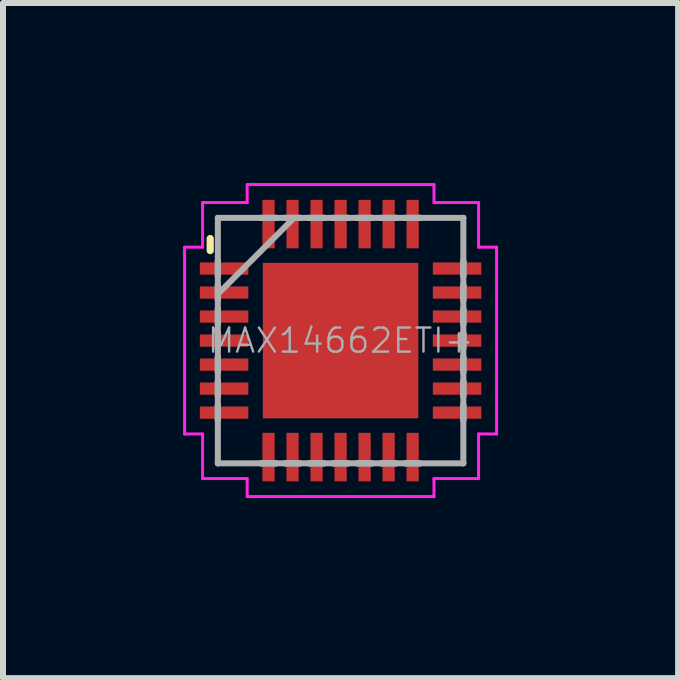
<source format=kicad_pcb>
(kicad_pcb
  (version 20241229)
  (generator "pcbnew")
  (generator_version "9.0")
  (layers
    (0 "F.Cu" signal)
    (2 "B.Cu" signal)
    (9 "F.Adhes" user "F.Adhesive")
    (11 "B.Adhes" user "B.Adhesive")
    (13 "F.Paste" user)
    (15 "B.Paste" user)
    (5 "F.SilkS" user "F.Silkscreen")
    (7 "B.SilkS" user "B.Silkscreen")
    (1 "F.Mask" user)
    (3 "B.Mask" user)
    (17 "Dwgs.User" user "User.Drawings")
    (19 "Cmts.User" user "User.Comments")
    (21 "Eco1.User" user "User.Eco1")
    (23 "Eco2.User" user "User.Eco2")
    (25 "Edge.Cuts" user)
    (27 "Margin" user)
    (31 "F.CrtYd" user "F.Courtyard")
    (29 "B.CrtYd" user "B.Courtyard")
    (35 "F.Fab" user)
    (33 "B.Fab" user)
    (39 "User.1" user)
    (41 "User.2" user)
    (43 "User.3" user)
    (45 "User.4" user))
  (footprint "MAX14662ETI+"
    (layer "F.Cu")
    (at 2.624 2.624)
    (property "Reference" "MAX14662ETI+" (at 0 0 0) (layer "F.Fab") (effects (font (size 0.4 0.4) (thickness 0.04))))
    (attr through_hole)
    (fp_line (start -2.172 -1.7) (end -2.172 -1.5) (stroke (width 0.12) (type solid)) (layer "F.SilkS"))
    (fp_poly (pts (xy -1.195 -1.195) (xy -1.195 -0.1) (xy -0.1 -0.1) (xy -0.1 -1.195)) (stroke (width 0.1) (type solid)) (fill yes) (layer "F.Paste"))
    (fp_poly (pts (xy -1.195 0.1) (xy -1.195 1.195) (xy -0.1 1.195) (xy -0.1 0.1)) (stroke (width 0.1) (type solid)) (fill yes) (layer "F.Paste"))
    (fp_poly (pts (xy 0.1 -1.195) (xy 0.1 -0.1) (xy 1.195 -0.1) (xy 1.195 -1.195)) (stroke (width 0.1) (type solid)) (fill yes) (layer "F.Paste"))
    (fp_poly (pts (xy 0.1 0.1) (xy 0.1 1.195) (xy 1.195 1.195) (xy 1.195 0.1)) (stroke (width 0.1) (type solid)) (fill yes) (layer "F.Paste"))
    (fp_line (start -2.599 -1.556) (end -2.299 -1.556) (stroke (width 0.05) (type solid)) (layer "F.CrtYd"))
    (fp_line (start -2.599 1.556) (end -2.599 -1.556) (stroke (width 0.05) (type solid)) (layer "F.CrtYd"))
    (fp_line (start -2.299 -2.299) (end -1.556 -2.299) (stroke (width 0.05) (type solid)) (layer "F.CrtYd"))
    (fp_line (start -2.299 -1.556) (end -2.299 -2.299) (stroke (width 0.05) (type solid)) (layer "F.CrtYd"))
    (fp_line (start -2.299 1.556) (end -2.599 1.556) (stroke (width 0.05) (type solid)) (layer "F.CrtYd"))
    (fp_line (start -2.299 2.299) (end -2.299 1.556) (stroke (width 0.05) (type solid)) (layer "F.CrtYd"))
    (fp_line (start -1.556 -2.599) (end 1.556 -2.599) (stroke (width 0.05) (type solid)) (layer "F.CrtYd"))
    (fp_line (start -1.556 -2.299) (end -1.556 -2.599) (stroke (width 0.05) (type solid)) (layer "F.CrtYd"))
    (fp_line (start -1.556 2.299) (end -2.299 2.299) (stroke (width 0.05) (type solid)) (layer "F.CrtYd"))
    (fp_line (start -1.556 2.599) (end -1.556 2.299) (stroke (width 0.05) (type solid)) (layer "F.CrtYd"))
    (fp_line (start 1.556 -2.599) (end 1.556 -2.299) (stroke (width 0.05) (type solid)) (layer "F.CrtYd"))
    (fp_line (start 1.556 -2.299) (end 2.299 -2.299) (stroke (width 0.05) (type solid)) (layer "F.CrtYd"))
    (fp_line (start 1.556 2.299) (end 1.556 2.599) (stroke (width 0.05) (type solid)) (layer "F.CrtYd"))
    (fp_line (start 1.556 2.599) (end -1.556 2.599) (stroke (width 0.05) (type solid)) (layer "F.CrtYd"))
    (fp_line (start 2.299 -2.299) (end 2.299 -1.556) (stroke (width 0.05) (type solid)) (layer "F.CrtYd"))
    (fp_line (start 2.299 -1.556) (end 2.599 -1.556) (stroke (width 0.05) (type solid)) (layer "F.CrtYd"))
    (fp_line (start 2.299 1.556) (end 2.299 2.299) (stroke (width 0.05) (type solid)) (layer "F.CrtYd"))
    (fp_line (start 2.299 2.299) (end 1.556 2.299) (stroke (width 0.05) (type solid)) (layer "F.CrtYd"))
    (fp_line (start 2.599 -1.556) (end 2.599 1.556) (stroke (width 0.05) (type solid)) (layer "F.CrtYd"))
    (fp_line (start 2.599 1.556) (end 2.299 1.556) (stroke (width 0.05) (type solid)) (layer "F.CrtYd"))
    (fp_line (start -2.045 -2.045) (end -2.045 -2.045) (stroke (width 0.1) (type solid)) (layer "F.Fab"))
    (fp_line (start -2.045 -2.045) (end -2.045 2.045) (stroke (width 0.1) (type solid)) (layer "F.Fab"))
    (fp_line (start -2.045 -1.327) (end -2.045 -1.327) (stroke (width 0.1) (type solid)) (layer "F.Fab"))
    (fp_line (start -2.045 -1.327) (end -2.045 -1.073) (stroke (width 0.1) (type solid)) (layer "F.Fab"))
    (fp_line (start -2.045 -1.073) (end -2.045 -1.327) (stroke (width 0.1) (type solid)) (layer "F.Fab"))
    (fp_line (start -2.045 -1.073) (end -2.045 -1.073) (stroke (width 0.1) (type solid)) (layer "F.Fab"))
    (fp_line (start -2.045 -0.927) (end -2.045 -0.927) (stroke (width 0.1) (type solid)) (layer "F.Fab"))
    (fp_line (start -2.045 -0.927) (end -2.045 -0.673) (stroke (width 0.1) (type solid)) (layer "F.Fab"))
    (fp_line (start -2.045 -0.775) (end -0.775 -2.045) (stroke (width 0.1) (type solid)) (layer "F.Fab"))
    (fp_line (start -2.045 -0.673) (end -2.045 -0.927) (stroke (width 0.1) (type solid)) (layer "F.Fab"))
    (fp_line (start -2.045 -0.673) (end -2.045 -0.673) (stroke (width 0.1) (type solid)) (layer "F.Fab"))
    (fp_line (start -2.045 -0.527) (end -2.045 -0.527) (stroke (width 0.1) (type solid)) (layer "F.Fab"))
    (fp_line (start -2.045 -0.527) (end -2.045 -0.273) (stroke (width 0.1) (type solid)) (layer "F.Fab"))
    (fp_line (start -2.045 -0.273) (end -2.045 -0.527) (stroke (width 0.1) (type solid)) (layer "F.Fab"))
    (fp_line (start -2.045 -0.273) (end -2.045 -0.273) (stroke (width 0.1) (type solid)) (layer "F.Fab"))
    (fp_line (start -2.045 -0.127) (end -2.045 -0.127) (stroke (width 0.1) (type solid)) (layer "F.Fab"))
    (fp_line (start -2.045 -0.127) (end -2.045 0.127) (stroke (width 0.1) (type solid)) (layer "F.Fab"))
    (fp_line (start -2.045 0.127) (end -2.045 -0.127) (stroke (width 0.1) (type solid)) (layer "F.Fab"))
    (fp_line (start -2.045 0.127) (end -2.045 0.127) (stroke (width 0.1) (type solid)) (layer "F.Fab"))
    (fp_line (start -2.045 0.273) (end -2.045 0.273) (stroke (width 0.1) (type solid)) (layer "F.Fab"))
    (fp_line (start -2.045 0.273) (end -2.045 0.527) (stroke (width 0.1) (type solid)) (layer "F.Fab"))
    (fp_line (start -2.045 0.527) (end -2.045 0.273) (stroke (width 0.1) (type solid)) (layer "F.Fab"))
    (fp_line (start -2.045 0.527) (end -2.045 0.527) (stroke (width 0.1) (type solid)) (layer "F.Fab"))
    (fp_line (start -2.045 0.673) (end -2.045 0.673) (stroke (width 0.1) (type solid)) (layer "F.Fab"))
    (fp_line (start -2.045 0.673) (end -2.045 0.927) (stroke (width 0.1) (type solid)) (layer "F.Fab"))
    (fp_line (start -2.045 0.927) (end -2.045 0.673) (stroke (width 0.1) (type solid)) (layer "F.Fab"))
    (fp_line (start -2.045 0.927) (end -2.045 0.927) (stroke (width 0.1) (type solid)) (layer "F.Fab"))
    (fp_line (start -2.045 1.073) (end -2.045 1.073) (stroke (width 0.1) (type solid)) (layer "F.Fab"))
    (fp_line (start -2.045 1.073) (end -2.045 1.327) (stroke (width 0.1) (type solid)) (layer "F.Fab"))
    (fp_line (start -2.045 1.327) (end -2.045 1.073) (stroke (width 0.1) (type solid)) (layer "F.Fab"))
    (fp_line (start -2.045 1.327) (end -2.045 1.327) (stroke (width 0.1) (type solid)) (layer "F.Fab"))
    (fp_line (start -2.045 2.045) (end -2.045 2.045) (stroke (width 0.1) (type solid)) (layer "F.Fab"))
    (fp_line (start -2.045 2.045) (end 2.045 2.045) (stroke (width 0.1) (type solid)) (layer "F.Fab"))
    (fp_line (start -1.327 -2.045) (end -1.327 -2.045) (stroke (width 0.1) (type solid)) (layer "F.Fab"))
    (fp_line (start -1.327 -2.045) (end -1.073 -2.045) (stroke (width 0.1) (type solid)) (layer "F.Fab"))
    (fp_line (start -1.327 2.045) (end -1.327 2.045) (stroke (width 0.1) (type solid)) (layer "F.Fab"))
    (fp_line (start -1.327 2.045) (end -1.073 2.045) (stroke (width 0.1) (type solid)) (layer "F.Fab"))
    (fp_line (start -1.073 -2.045) (end -1.327 -2.045) (stroke (width 0.1) (type solid)) (layer "F.Fab"))
    (fp_line (start -1.073 -2.045) (end -1.073 -2.045) (stroke (width 0.1) (type solid)) (layer "F.Fab"))
    (fp_line (start -1.073 2.045) (end -1.327 2.045) (stroke (width 0.1) (type solid)) (layer "F.Fab"))
    (fp_line (start -1.073 2.045) (end -1.073 2.045) (stroke (width 0.1) (type solid)) (layer "F.Fab"))
    (fp_line (start -0.927 -2.045) (end -0.927 -2.045) (stroke (width 0.1) (type solid)) (layer "F.Fab"))
    (fp_line (start -0.927 -2.045) (end -0.673 -2.045) (stroke (width 0.1) (type solid)) (layer "F.Fab"))
    (fp_line (start -0.927 2.045) (end -0.927 2.045) (stroke (width 0.1) (type solid)) (layer "F.Fab"))
    (fp_line (start -0.927 2.045) (end -0.673 2.045) (stroke (width 0.1) (type solid)) (layer "F.Fab"))
    (fp_line (start -0.673 -2.045) (end -0.927 -2.045) (stroke (width 0.1) (type solid)) (layer "F.Fab"))
    (fp_line (start -0.673 -2.045) (end -0.673 -2.045) (stroke (width 0.1) (type solid)) (layer "F.Fab"))
    (fp_line (start -0.673 2.045) (end -0.927 2.045) (stroke (width 0.1) (type solid)) (layer "F.Fab"))
    (fp_line (start -0.673 2.045) (end -0.673 2.045) (stroke (width 0.1) (type solid)) (layer "F.Fab"))
    (fp_line (start -0.527 -2.045) (end -0.527 -2.045) (stroke (width 0.1) (type solid)) (layer "F.Fab"))
    (fp_line (start -0.527 -2.045) (end -0.273 -2.045) (stroke (width 0.1) (type solid)) (layer "F.Fab"))
    (fp_line (start -0.527 2.045) (end -0.527 2.045) (stroke (width 0.1) (type solid)) (layer "F.Fab"))
    (fp_line (start -0.527 2.045) (end -0.273 2.045) (stroke (width 0.1) (type solid)) (layer "F.Fab"))
    (fp_line (start -0.273 -2.045) (end -0.527 -2.045) (stroke (width 0.1) (type solid)) (layer "F.Fab"))
    (fp_line (start -0.273 -2.045) (end -0.273 -2.045) (stroke (width 0.1) (type solid)) (layer "F.Fab"))
    (fp_line (start -0.273 2.045) (end -0.527 2.045) (stroke (width 0.1) (type solid)) (layer "F.Fab"))
    (fp_line (start -0.273 2.045) (end -0.273 2.045) (stroke (width 0.1) (type solid)) (layer "F.Fab"))
    (fp_line (start -0.127 -2.045) (end -0.127 -2.045) (stroke (width 0.1) (type solid)) (layer "F.Fab"))
    (fp_line (start -0.127 -2.045) (end 0.127 -2.045) (stroke (width 0.1) (type solid)) (layer "F.Fab"))
    (fp_line (start -0.127 2.045) (end -0.127 2.045) (stroke (width 0.1) (type solid)) (layer "F.Fab"))
    (fp_line (start -0.127 2.045) (end 0.127 2.045) (stroke (width 0.1) (type solid)) (layer "F.Fab"))
    (fp_line (start 0.127 -2.045) (end -0.127 -2.045) (stroke (width 0.1) (type solid)) (layer "F.Fab"))
    (fp_line (start 0.127 -2.045) (end 0.127 -2.045) (stroke (width 0.1) (type solid)) (layer "F.Fab"))
    (fp_line (start 0.127 2.045) (end -0.127 2.045) (stroke (width 0.1) (type solid)) (layer "F.Fab"))
    (fp_line (start 0.127 2.045) (end 0.127 2.045) (stroke (width 0.1) (type solid)) (layer "F.Fab"))
    (fp_line (start 0.273 -2.045) (end 0.273 -2.045) (stroke (width 0.1) (type solid)) (layer "F.Fab"))
    (fp_line (start 0.273 -2.045) (end 0.527 -2.045) (stroke (width 0.1) (type solid)) (layer "F.Fab"))
    (fp_line (start 0.273 2.045) (end 0.273 2.045) (stroke (width 0.1) (type solid)) (layer "F.Fab"))
    (fp_line (start 0.273 2.045) (end 0.527 2.045) (stroke (width 0.1) (type solid)) (layer "F.Fab"))
    (fp_line (start 0.527 -2.045) (end 0.273 -2.045) (stroke (width 0.1) (type solid)) (layer "F.Fab"))
    (fp_line (start 0.527 -2.045) (end 0.527 -2.045) (stroke (width 0.1) (type solid)) (layer "F.Fab"))
    (fp_line (start 0.527 2.045) (end 0.273 2.045) (stroke (width 0.1) (type solid)) (layer "F.Fab"))
    (fp_line (start 0.527 2.045) (end 0.527 2.045) (stroke (width 0.1) (type solid)) (layer "F.Fab"))
    (fp_line (start 0.673 -2.045) (end 0.673 -2.045) (stroke (width 0.1) (type solid)) (layer "F.Fab"))
    (fp_line (start 0.673 -2.045) (end 0.927 -2.045) (stroke (width 0.1) (type solid)) (layer "F.Fab"))
    (fp_line (start 0.673 2.045) (end 0.673 2.045) (stroke (width 0.1) (type solid)) (layer "F.Fab"))
    (fp_line (start 0.673 2.045) (end 0.927 2.045) (stroke (width 0.1) (type solid)) (layer "F.Fab"))
    (fp_line (start 0.927 -2.045) (end 0.673 -2.045) (stroke (width 0.1) (type solid)) (layer "F.Fab"))
    (fp_line (start 0.927 -2.045) (end 0.927 -2.045) (stroke (width 0.1) (type solid)) (layer "F.Fab"))
    (fp_line (start 0.927 2.045) (end 0.673 2.045) (stroke (width 0.1) (type solid)) (layer "F.Fab"))
    (fp_line (start 0.927 2.045) (end 0.927 2.045) (stroke (width 0.1) (type solid)) (layer "F.Fab"))
    (fp_line (start 1.073 -2.045) (end 1.073 -2.045) (stroke (width 0.1) (type solid)) (layer "F.Fab"))
    (fp_line (start 1.073 -2.045) (end 1.327 -2.045) (stroke (width 0.1) (type solid)) (layer "F.Fab"))
    (fp_line (start 1.073 2.045) (end 1.073 2.045) (stroke (width 0.1) (type solid)) (layer "F.Fab"))
    (fp_line (start 1.073 2.045) (end 1.327 2.045) (stroke (width 0.1) (type solid)) (layer "F.Fab"))
    (fp_line (start 1.327 -2.045) (end 1.073 -2.045) (stroke (width 0.1) (type solid)) (layer "F.Fab"))
    (fp_line (start 1.327 -2.045) (end 1.327 -2.045) (stroke (width 0.1) (type solid)) (layer "F.Fab"))
    (fp_line (start 1.327 2.045) (end 1.073 2.045) (stroke (width 0.1) (type solid)) (layer "F.Fab"))
    (fp_line (start 1.327 2.045) (end 1.327 2.045) (stroke (width 0.1) (type solid)) (layer "F.Fab"))
    (fp_line (start 2.045 -2.045) (end -2.045 -2.045) (stroke (width 0.1) (type solid)) (layer "F.Fab"))
    (fp_line (start 2.045 -2.045) (end 2.045 -2.045) (stroke (width 0.1) (type solid)) (layer "F.Fab"))
    (fp_line (start 2.045 -1.327) (end 2.045 -1.327) (stroke (width 0.1) (type solid)) (layer "F.Fab"))
    (fp_line (start 2.045 -1.327) (end 2.045 -1.073) (stroke (width 0.1) (type solid)) (layer "F.Fab"))
    (fp_line (start 2.045 -1.073) (end 2.045 -1.327) (stroke (width 0.1) (type solid)) (layer "F.Fab"))
    (fp_line (start 2.045 -1.073) (end 2.045 -1.073) (stroke (width 0.1) (type solid)) (layer "F.Fab"))
    (fp_line (start 2.045 -0.927) (end 2.045 -0.927) (stroke (width 0.1) (type solid)) (layer "F.Fab"))
    (fp_line (start 2.045 -0.927) (end 2.045 -0.673) (stroke (width 0.1) (type solid)) (layer "F.Fab"))
    (fp_line (start 2.045 -0.673) (end 2.045 -0.927) (stroke (width 0.1) (type solid)) (layer "F.Fab"))
    (fp_line (start 2.045 -0.673) (end 2.045 -0.673) (stroke (width 0.1) (type solid)) (layer "F.Fab"))
    (fp_line (start 2.045 -0.527) (end 2.045 -0.527) (stroke (width 0.1) (type solid)) (layer "F.Fab"))
    (fp_line (start 2.045 -0.527) (end 2.045 -0.273) (stroke (width 0.1) (type solid)) (layer "F.Fab"))
    (fp_line (start 2.045 -0.273) (end 2.045 -0.527) (stroke (width 0.1) (type solid)) (layer "F.Fab"))
    (fp_line (start 2.045 -0.273) (end 2.045 -0.273) (stroke (width 0.1) (type solid)) (layer "F.Fab"))
    (fp_line (start 2.045 -0.127) (end 2.045 -0.127) (stroke (width 0.1) (type solid)) (layer "F.Fab"))
    (fp_line (start 2.045 -0.127) (end 2.045 0.127) (stroke (width 0.1) (type solid)) (layer "F.Fab"))
    (fp_line (start 2.045 0.127) (end 2.045 -0.127) (stroke (width 0.1) (type solid)) (layer "F.Fab"))
    (fp_line (start 2.045 0.127) (end 2.045 0.127) (stroke (width 0.1) (type solid)) (layer "F.Fab"))
    (fp_line (start 2.045 0.273) (end 2.045 0.273) (stroke (width 0.1) (type solid)) (layer "F.Fab"))
    (fp_line (start 2.045 0.273) (end 2.045 0.527) (stroke (width 0.1) (type solid)) (layer "F.Fab"))
    (fp_line (start 2.045 0.527) (end 2.045 0.273) (stroke (width 0.1) (type solid)) (layer "F.Fab"))
    (fp_line (start 2.045 0.527) (end 2.045 0.527) (stroke (width 0.1) (type solid)) (layer "F.Fab"))
    (fp_line (start 2.045 0.673) (end 2.045 0.673) (stroke (width 0.1) (type solid)) (layer "F.Fab"))
    (fp_line (start 2.045 0.673) (end 2.045 0.927) (stroke (width 0.1) (type solid)) (layer "F.Fab"))
    (fp_line (start 2.045 0.927) (end 2.045 0.673) (stroke (width 0.1) (type solid)) (layer "F.Fab"))
    (fp_line (start 2.045 0.927) (end 2.045 0.927) (stroke (width 0.1) (type solid)) (layer "F.Fab"))
    (fp_line (start 2.045 1.073) (end 2.045 1.073) (stroke (width 0.1) (type solid)) (layer "F.Fab"))
    (fp_line (start 2.045 1.073) (end 2.045 1.327) (stroke (width 0.1) (type solid)) (layer "F.Fab"))
    (fp_line (start 2.045 1.327) (end 2.045 1.073) (stroke (width 0.1) (type solid)) (layer "F.Fab"))
    (fp_line (start 2.045 1.327) (end 2.045 1.327) (stroke (width 0.1) (type solid)) (layer "F.Fab"))
    (fp_line (start 2.045 2.045) (end 2.045 -2.045) (stroke (width 0.1) (type solid)) (layer "F.Fab"))
    (fp_line (start 2.045 2.045) (end 2.045 2.045) (stroke (width 0.1) (type solid)) (layer "F.Fab"))
    (pad "1" smd rect (at -1.941 -1.2 90) (size 0.204 0.808) (layers "F.Cu" "F.Mask" "F.Paste"))
    (pad "2" smd rect (at -1.941 -0.8 90) (size 0.204 0.808) (layers "F.Cu" "F.Mask" "F.Paste"))
    (pad "3" smd rect (at -1.941 -0.4 90) (size 0.204 0.808) (layers "F.Cu" "F.Mask" "F.Paste"))
    (pad "4" smd rect (at -1.941 0 90) (size 0.204 0.808) (layers "F.Cu" "F.Mask" "F.Paste"))
    (pad "5" smd rect (at -1.941 0.4 90) (size 0.204 0.808) (layers "F.Cu" "F.Mask" "F.Paste"))
    (pad "6" smd rect (at -1.941 0.8 90) (size 0.204 0.808) (layers "F.Cu" "F.Mask" "F.Paste"))
    (pad "7" smd rect (at -1.941 1.2 90) (size 0.204 0.808) (layers "F.Cu" "F.Mask" "F.Paste"))
    (pad "8" smd rect (at -1.2 1.941) (size 0.204 0.808) (layers "F.Cu" "F.Mask" "F.Paste"))
    (pad "9" smd rect (at -0.8 1.941) (size 0.204 0.808) (layers "F.Cu" "F.Mask" "F.Paste"))
    (pad "10" smd rect (at -0.4 1.941) (size 0.204 0.808) (layers "F.Cu" "F.Mask" "F.Paste"))
    (pad "11" smd rect (at 0 1.941) (size 0.204 0.808) (layers "F.Cu" "F.Mask" "F.Paste"))
    (pad "12" smd rect (at 0.4 1.941) (size 0.204 0.808) (layers "F.Cu" "F.Mask" "F.Paste"))
    (pad "13" smd rect (at 0.8 1.941) (size 0.204 0.808) (layers "F.Cu" "F.Mask" "F.Paste"))
    (pad "14" smd rect (at 1.2 1.941) (size 0.204 0.808) (layers "F.Cu" "F.Mask" "F.Paste"))
    (pad "15" smd rect (at 1.941 1.2 90) (size 0.204 0.808) (layers "F.Cu" "F.Mask" "F.Paste"))
    (pad "16" smd rect (at 1.941 0.8 90) (size 0.204 0.808) (layers "F.Cu" "F.Mask" "F.Paste"))
    (pad "17" smd rect (at 1.941 0.4 90) (size 0.204 0.808) (layers "F.Cu" "F.Mask" "F.Paste"))
    (pad "18" smd rect (at 1.941 0 90) (size 0.204 0.808) (layers "F.Cu" "F.Mask" "F.Paste"))
    (pad "19" smd rect (at 1.941 -0.4 90) (size 0.204 0.808) (layers "F.Cu" "F.Mask" "F.Paste"))
    (pad "20" smd rect (at 1.941 -0.8 90) (size 0.204 0.808) (layers "F.Cu" "F.Mask" "F.Paste"))
    (pad "21" smd rect (at 1.941 -1.2 90) (size 0.204 0.808) (layers "F.Cu" "F.Mask" "F.Paste"))
    (pad "22" smd rect (at 1.2 -1.941) (size 0.204 0.808) (layers "F.Cu" "F.Mask" "F.Paste"))
    (pad "23" smd rect (at 0.8 -1.941) (size 0.204 0.808) (layers "F.Cu" "F.Mask" "F.Paste"))
    (pad "24" smd rect (at 0.4 -1.941) (size 0.204 0.808) (layers "F.Cu" "F.Mask" "F.Paste"))
    (pad "25" smd rect (at 0 -1.941) (size 0.204 0.808) (layers "F.Cu" "F.Mask" "F.Paste"))
    (pad "26" smd rect (at -0.4 -1.941) (size 0.204 0.808) (layers "F.Cu" "F.Mask" "F.Paste"))
    (pad "27" smd rect (at -0.8 -1.941) (size 0.204 0.808) (layers "F.Cu" "F.Mask" "F.Paste"))
    (pad "28" smd rect (at -1.2 -1.941) (size 0.204 0.808) (layers "F.Cu" "F.Mask" "F.Paste"))
    (pad "29" smd rect (at 0 0) (size 2.591 2.591) (layers "F.Cu" "F.Mask" "F.Paste")))
  (gr_rect
    (start -3 -3)
    (end 8.247 8.247)
    (stroke (width 0.1) (type default))
    (fill no)
    (layer "Edge.Cuts")))
</source>
